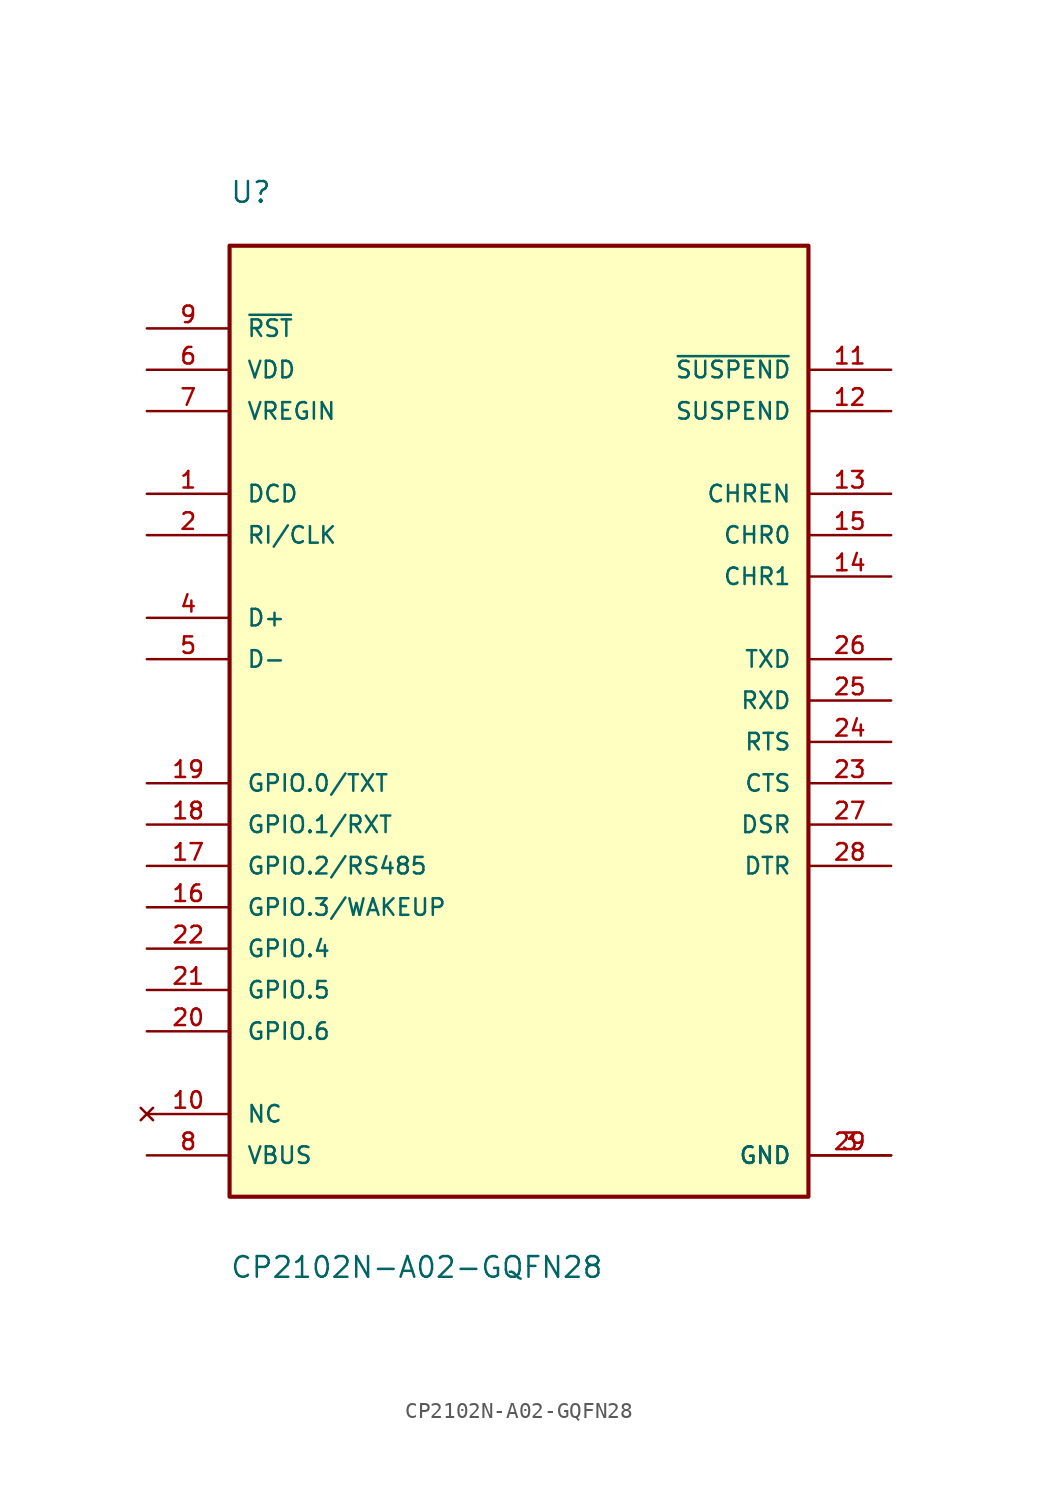
<source format=kicad_sym>
(kicad_symbol_lib
  (version 20211014)
  (generator kicad_symbol_editor)
  (symbol "CP2102N-A02-GQFN28"
    (pin_names
      (offset 1.016))
    (property "Reference" "U"
      (at -17.78 33.02 0)
      (effects (font (size 1.27 1.27)) (justify left bottom)))
    (property "Value" "CP2102N-A02-GQFN28"
      (at -17.78 -33.02 0)
      (effects (font (size 1.27 1.27)) (justify left bottom)))
    (symbol "CP2102N-A02-GQFN28_0_0"
      (rectangle (start -17.78 -27.94) (end 17.78 30.48) (stroke (width 0.254) (type default) (color 0 0 0 0)) (fill (type background)))
      (pin input line (at -22.86 15.24 0) (length 5.08) (name "DCD" (effects (font (size 1.016 1.016)))) (number "1" (effects (font (size 1.016 1.016)))))
      (pin no_connect line (at -22.86 -22.86 0) (length 5.08) (name "NC" (effects (font (size 1.016 1.016)))) (number "10" (effects (font (size 1.016 1.016)))))
      (pin output line (at 22.86 22.86 180) (length 5.08) (name "~{SUSPEND}" (effects (font (size 1.016 1.016)))) (number "11" (effects (font (size 1.016 1.016)))))
      (pin output line (at 22.86 20.32 180) (length 5.08) (name "SUSPEND" (effects (font (size 1.016 1.016)))) (number "12" (effects (font (size 1.016 1.016)))))
      (pin output line (at 22.86 15.24 180) (length 5.08) (name "CHREN" (effects (font (size 1.016 1.016)))) (number "13" (effects (font (size 1.016 1.016)))))
      (pin output line (at 22.86 10.16 180) (length 5.08) (name "CHR1" (effects (font (size 1.016 1.016)))) (number "14" (effects (font (size 1.016 1.016)))))
      (pin output line (at 22.86 12.7 180) (length 5.08) (name "CHR0" (effects (font (size 1.016 1.016)))) (number "15" (effects (font (size 1.016 1.016)))))
      (pin bidirectional line (at -22.86 -10.16 0) (length 5.08) (name "GPIO.3/WAKEUP" (effects (font (size 1.016 1.016)))) (number "16" (effects (font (size 1.016 1.016)))))
      (pin bidirectional line (at -22.86 -7.62 0) (length 5.08) (name "GPIO.2/RS485" (effects (font (size 1.016 1.016)))) (number "17" (effects (font (size 1.016 1.016)))))
      (pin bidirectional line (at -22.86 -5.08 0) (length 5.08) (name "GPIO.1/RXT" (effects (font (size 1.016 1.016)))) (number "18" (effects (font (size 1.016 1.016)))))
      (pin bidirectional line (at -22.86 -2.54 0) (length 5.08) (name "GPIO.0/TXT" (effects (font (size 1.016 1.016)))) (number "19" (effects (font (size 1.016 1.016)))))
      (pin bidirectional line (at -22.86 12.7 0) (length 5.08) (name "RI/CLK" (effects (font (size 1.016 1.016)))) (number "2" (effects (font (size 1.016 1.016)))))
      (pin bidirectional line (at -22.86 -17.78 0) (length 5.08) (name "GPIO.6" (effects (font (size 1.016 1.016)))) (number "20" (effects (font (size 1.016 1.016)))))
      (pin bidirectional line (at -22.86 -15.24 0) (length 5.08) (name "GPIO.5" (effects (font (size 1.016 1.016)))) (number "21" (effects (font (size 1.016 1.016)))))
      (pin bidirectional line (at -22.86 -12.7 0) (length 5.08) (name "GPIO.4" (effects (font (size 1.016 1.016)))) (number "22" (effects (font (size 1.016 1.016)))))
      (pin input line (at 22.86 -2.54 180) (length 5.08) (name "CTS" (effects (font (size 1.016 1.016)))) (number "23" (effects (font (size 1.016 1.016)))))
      (pin output line (at 22.86 0 180) (length 5.08) (name "RTS" (effects (font (size 1.016 1.016)))) (number "24" (effects (font (size 1.016 1.016)))))
      (pin input line (at 22.86 2.54 180) (length 5.08) (name "RXD" (effects (font (size 1.016 1.016)))) (number "25" (effects (font (size 1.016 1.016)))))
      (pin output line (at 22.86 5.08 180) (length 5.08) (name "TXD" (effects (font (size 1.016 1.016)))) (number "26" (effects (font (size 1.016 1.016)))))
      (pin input line (at 22.86 -5.08 180) (length 5.08) (name "DSR" (effects (font (size 1.016 1.016)))) (number "27" (effects (font (size 1.016 1.016)))))
      (pin output line (at 22.86 -7.62 180) (length 5.08) (name "DTR" (effects (font (size 1.016 1.016)))) (number "28" (effects (font (size 1.016 1.016)))))
      (pin power_in line (at 22.86 -25.4 180) (length 5.08) (name "GND" (effects (font (size 1.016 1.016)))) (number "29" (effects (font (size 1.016 1.016)))))
      (pin power_in line (at 22.86 -25.4 180) (length 5.08) (name "GND" (effects (font (size 1.016 1.016)))) (number "3" (effects (font (size 1.016 1.016)))))
      (pin bidirectional line (at -22.86 7.62 0) (length 5.08) (name "D+" (effects (font (size 1.016 1.016)))) (number "4" (effects (font (size 1.016 1.016)))))
      (pin bidirectional line (at -22.86 5.08 0) (length 5.08) (name "D-" (effects (font (size 1.016 1.016)))) (number "5" (effects (font (size 1.016 1.016)))))
      (pin power_in line (at -22.86 22.86 0) (length 5.08) (name "VDD" (effects (font (size 1.016 1.016)))) (number "6" (effects (font (size 1.016 1.016)))))
      (pin input line (at -22.86 20.32 0) (length 5.08) (name "VREGIN" (effects (font (size 1.016 1.016)))) (number "7" (effects (font (size 1.016 1.016)))))
      (pin input line (at -22.86 -25.4 0) (length 5.08) (name "VBUS" (effects (font (size 1.016 1.016)))) (number "8" (effects (font (size 1.016 1.016)))))
      (pin input line (at -22.86 25.4 0) (length 5.08) (name "~{RST}" (effects (font (size 1.016 1.016)))) (number "9" (effects (font (size 1.016 1.016))))))))
</source>
